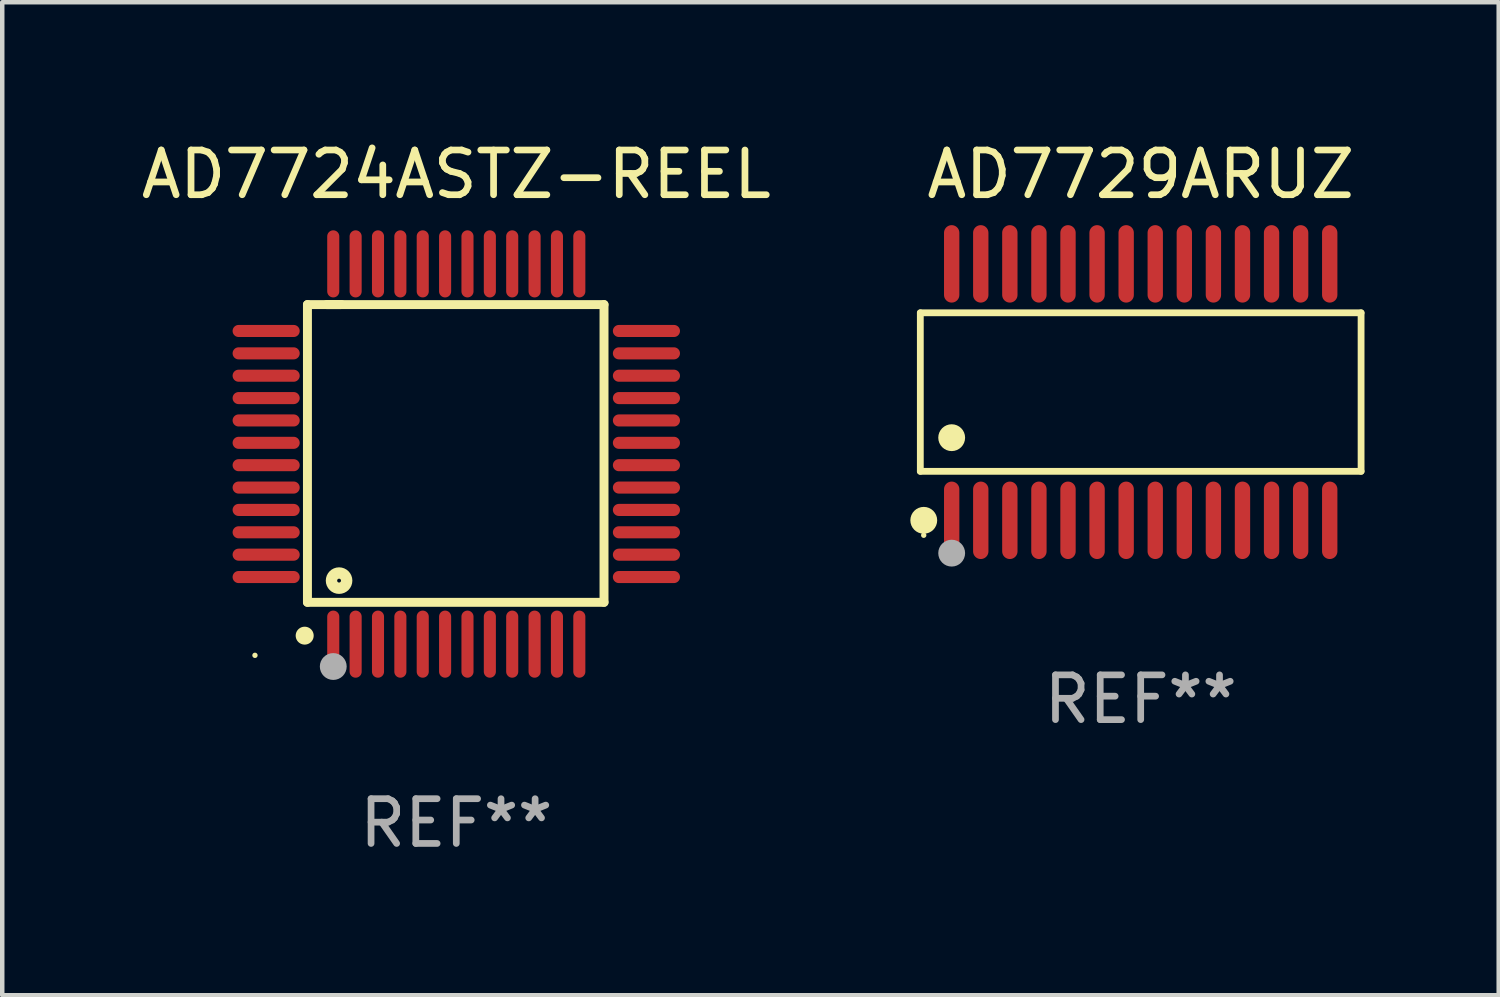
<source format=kicad_pcb>
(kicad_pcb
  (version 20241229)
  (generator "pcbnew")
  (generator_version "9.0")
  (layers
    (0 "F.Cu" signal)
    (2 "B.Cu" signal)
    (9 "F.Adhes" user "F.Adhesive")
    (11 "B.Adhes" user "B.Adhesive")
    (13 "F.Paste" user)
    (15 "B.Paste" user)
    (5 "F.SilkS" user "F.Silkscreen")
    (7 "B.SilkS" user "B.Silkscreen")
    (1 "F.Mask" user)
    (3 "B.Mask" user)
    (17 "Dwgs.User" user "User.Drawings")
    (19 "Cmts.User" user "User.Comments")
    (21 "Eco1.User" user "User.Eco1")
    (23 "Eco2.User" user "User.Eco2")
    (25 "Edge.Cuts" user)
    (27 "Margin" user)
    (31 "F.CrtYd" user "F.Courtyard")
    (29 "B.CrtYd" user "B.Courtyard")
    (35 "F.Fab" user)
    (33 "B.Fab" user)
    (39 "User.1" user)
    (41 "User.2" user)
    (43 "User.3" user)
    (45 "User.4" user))
  (footprint "AD7724ASTZ-REEL"
    (layer "F.Cu")
    (at 7.149 7.098)
    (property "Reference" "AD7724ASTZ-REEL" (at 0 -6.25 0) (layer "F.SilkS") (effects (font (size 1 1) (thickness 0.15))))
    (attr through_hole)
    (fp_line (start -3.327 -3.34) (end -2.565 -3.34) (stroke (width 0.2) (type solid)) (layer "F.SilkS"))
    (fp_line (start -3.327 3.315) (end -3.327 -3.34) (stroke (width 0.2) (type solid)) (layer "F.SilkS"))
    (fp_line (start -2.896 -3.34) (end 3.302 -3.34) (stroke (width 0.2) (type solid)) (layer "F.SilkS"))
    (fp_line (start 3.302 -3.34) (end 3.302 3.315) (stroke (width 0.2) (type solid)) (layer "F.SilkS"))
    (fp_line (start 3.302 3.315) (end -3.327 3.315) (stroke (width 0.2) (type solid)) (layer "F.SilkS"))
    (fp_arc (start -3.389992 4.059995) (mid -3.388722 4.059991) (end -3.387452 4.059995) (stroke (width 0.4) (type solid)) (layer "F.SilkS"))
    (fp_circle (center -4.5 4.5) (end -4.47 4.5) (stroke (width 0.06) (type solid)) (fill no) (layer "F.SilkS"))
    (fp_circle (center -2.62 2.83) (end -2.45 2.83) (stroke (width 0.254) (type solid)) (fill no) (layer "F.SilkS"))
    (fp_circle (center -2.75 4.75) (end -2.6 4.75) (stroke (width 0.3) (type solid)) (fill no) (layer "F.Fab"))
    (fp_text user "REF**" (at 0 8.25 0) (layer "F.Fab") (effects (font (size 1 1) (thickness 0.15))))
    (pad "1" smd oval (at -2.75 4.25) (size 0.27 1.5) (layers "F.Cu" "F.Mask" "F.Paste"))
    (pad "2" smd oval (at -2.25 4.25) (size 0.27 1.5) (layers "F.Cu" "F.Mask" "F.Paste"))
    (pad "3" smd oval (at -1.75 4.25) (size 0.27 1.5) (layers "F.Cu" "F.Mask" "F.Paste"))
    (pad "4" smd oval (at -1.25 4.25) (size 0.27 1.5) (layers "F.Cu" "F.Mask" "F.Paste"))
    (pad "5" smd oval (at -0.75 4.25) (size 0.27 1.5) (layers "F.Cu" "F.Mask" "F.Paste"))
    (pad "6" smd oval (at -0.25 4.25) (size 0.27 1.5) (layers "F.Cu" "F.Mask" "F.Paste"))
    (pad "7" smd oval (at 0.25 4.25) (size 0.27 1.5) (layers "F.Cu" "F.Mask" "F.Paste"))
    (pad "8" smd oval (at 0.75 4.25) (size 0.27 1.5) (layers "F.Cu" "F.Mask" "F.Paste"))
    (pad "9" smd oval (at 1.25 4.25) (size 0.27 1.5) (layers "F.Cu" "F.Mask" "F.Paste"))
    (pad "10" smd oval (at 1.75 4.25) (size 0.27 1.5) (layers "F.Cu" "F.Mask" "F.Paste"))
    (pad "11" smd oval (at 2.25 4.25) (size 0.27 1.5) (layers "F.Cu" "F.Mask" "F.Paste"))
    (pad "12" smd oval (at 2.75 4.25) (size 0.27 1.5) (layers "F.Cu" "F.Mask" "F.Paste"))
    (pad "13" smd oval (at 4.25 2.75) (size 1.5 0.27) (layers "F.Cu" "F.Mask" "F.Paste"))
    (pad "14" smd oval (at 4.25 2.25) (size 1.5 0.27) (layers "F.Cu" "F.Mask" "F.Paste"))
    (pad "15" smd oval (at 4.25 1.75) (size 1.5 0.27) (layers "F.Cu" "F.Mask" "F.Paste"))
    (pad "16" smd oval (at 4.25 1.25) (size 1.5 0.27) (layers "F.Cu" "F.Mask" "F.Paste"))
    (pad "17" smd oval (at 4.25 0.75) (size 1.5 0.27) (layers "F.Cu" "F.Mask" "F.Paste"))
    (pad "18" smd oval (at 4.25 0.25) (size 1.5 0.27) (layers "F.Cu" "F.Mask" "F.Paste"))
    (pad "19" smd oval (at 4.25 -0.25) (size 1.5 0.27) (layers "F.Cu" "F.Mask" "F.Paste"))
    (pad "20" smd oval (at 4.25 -0.75) (size 1.5 0.27) (layers "F.Cu" "F.Mask" "F.Paste"))
    (pad "21" smd oval (at 4.25 -1.25) (size 1.5 0.27) (layers "F.Cu" "F.Mask" "F.Paste"))
    (pad "22" smd oval (at 4.25 -1.75) (size 1.5 0.27) (layers "F.Cu" "F.Mask" "F.Paste"))
    (pad "23" smd oval (at 4.25 -2.25) (size 1.5 0.27) (layers "F.Cu" "F.Mask" "F.Paste"))
    (pad "24" smd oval (at 4.25 -2.75) (size 1.5 0.27) (layers "F.Cu" "F.Mask" "F.Paste"))
    (pad "25" smd oval (at 2.75 -4.25) (size 0.27 1.5) (layers "F.Cu" "F.Mask" "F.Paste"))
    (pad "26" smd oval (at 2.25 -4.25) (size 0.27 1.5) (layers "F.Cu" "F.Mask" "F.Paste"))
    (pad "27" smd oval (at 1.75 -4.25) (size 0.27 1.5) (layers "F.Cu" "F.Mask" "F.Paste"))
    (pad "28" smd oval (at 1.25 -4.25) (size 0.27 1.5) (layers "F.Cu" "F.Mask" "F.Paste"))
    (pad "29" smd oval (at 0.75 -4.25) (size 0.27 1.5) (layers "F.Cu" "F.Mask" "F.Paste"))
    (pad "30" smd oval (at 0.25 -4.25) (size 0.27 1.5) (layers "F.Cu" "F.Mask" "F.Paste"))
    (pad "31" smd oval (at -0.25 -4.25) (size 0.27 1.5) (layers "F.Cu" "F.Mask" "F.Paste"))
    (pad "32" smd oval (at -0.75 -4.25) (size 0.27 1.5) (layers "F.Cu" "F.Mask" "F.Paste"))
    (pad "33" smd oval (at -1.25 -4.25) (size 0.27 1.5) (layers "F.Cu" "F.Mask" "F.Paste"))
    (pad "34" smd oval (at -1.75 -4.25) (size 0.27 1.5) (layers "F.Cu" "F.Mask" "F.Paste"))
    (pad "35" smd oval (at -2.25 -4.25) (size 0.27 1.5) (layers "F.Cu" "F.Mask" "F.Paste"))
    (pad "36" smd oval (at -2.75 -4.25) (size 0.27 1.5) (layers "F.Cu" "F.Mask" "F.Paste"))
    (pad "37" smd oval (at -4.25 -2.75) (size 1.5 0.27) (layers "F.Cu" "F.Mask" "F.Paste"))
    (pad "38" smd oval (at -4.25 -2.25) (size 1.5 0.27) (layers "F.Cu" "F.Mask" "F.Paste"))
    (pad "39" smd oval (at -4.25 -1.75) (size 1.5 0.27) (layers "F.Cu" "F.Mask" "F.Paste"))
    (pad "40" smd oval (at -4.25 -1.25) (size 1.5 0.27) (layers "F.Cu" "F.Mask" "F.Paste"))
    (pad "41" smd oval (at -4.25 -0.75) (size 1.5 0.27) (layers "F.Cu" "F.Mask" "F.Paste"))
    (pad "42" smd oval (at -4.25 -0.25) (size 1.5 0.27) (layers "F.Cu" "F.Mask" "F.Paste"))
    (pad "43" smd oval (at -4.25 0.25) (size 1.5 0.27) (layers "F.Cu" "F.Mask" "F.Paste"))
    (pad "44" smd oval (at -4.25 0.75) (size 1.5 0.27) (layers "F.Cu" "F.Mask" "F.Paste"))
    (pad "45" smd oval (at -4.25 1.25) (size 1.5 0.27) (layers "F.Cu" "F.Mask" "F.Paste"))
    (pad "46" smd oval (at -4.25 1.75) (size 1.5 0.27) (layers "F.Cu" "F.Mask" "F.Paste"))
    (pad "47" smd oval (at -4.25 2.25) (size 1.5 0.27) (layers "F.Cu" "F.Mask" "F.Paste"))
    (pad "48" smd oval (at -4.25 2.75) (size 1.5 0.27) (layers "F.Cu" "F.Mask" "F.Paste")))
  (footprint "AD7729ARUZ"
    (layer "F.Cu")
    (at 22.447 5.714)
    (property "Reference" "AD7729ARUZ" (at 0 -4.866 0) (layer "F.SilkS") (effects (font (size 1 1) (thickness 0.15))))
    (attr through_hole)
    (fp_line (start -4.926 -1.772) (end 4.926 -1.772) (stroke (width 0.152) (type solid)) (layer "F.SilkS"))
    (fp_line (start -4.926 1.771) (end -4.926 -1.772) (stroke (width 0.152) (type solid)) (layer "F.SilkS"))
    (fp_line (start 4.926 -1.772) (end 4.926 1.771) (stroke (width 0.152) (type solid)) (layer "F.SilkS"))
    (fp_line (start 4.926 1.771) (end -4.926 1.771) (stroke (width 0.152) (type solid)) (layer "F.SilkS"))
    (fp_circle (center -4.85 3.2) (end -4.82 3.2) (stroke (width 0.06) (type solid)) (fill no) (layer "F.SilkS"))
    (fp_circle (center -4.849 2.866) (end -4.699 2.866) (stroke (width 0.3) (type solid)) (fill no) (layer "F.SilkS"))
    (fp_circle (center -4.225 1.019) (end -4.075 1.019) (stroke (width 0.3) (type solid)) (fill no) (layer "F.SilkS"))
    (fp_circle (center -4.225 3.6) (end -4.075 3.6) (stroke (width 0.3) (type solid)) (fill no) (layer "F.Fab"))
    (fp_text user "REF**" (at 0 6.866 0) (layer "F.Fab") (effects (font (size 1 1) (thickness 0.15))))
    (pad "1" smd oval (at -4.225 2.866) (size 0.343 1.731) (layers "F.Cu" "F.Mask" "F.Paste"))
    (pad "2" smd oval (at -3.575 2.866) (size 0.343 1.731) (layers "F.Cu" "F.Mask" "F.Paste"))
    (pad "3" smd oval (at -2.925 2.866) (size 0.343 1.731) (layers "F.Cu" "F.Mask" "F.Paste"))
    (pad "4" smd oval (at -2.275 2.866) (size 0.343 1.731) (layers "F.Cu" "F.Mask" "F.Paste"))
    (pad "5" smd oval (at -1.625 2.866) (size 0.343 1.731) (layers "F.Cu" "F.Mask" "F.Paste"))
    (pad "6" smd oval (at -0.975 2.866) (size 0.343 1.731) (layers "F.Cu" "F.Mask" "F.Paste"))
    (pad "7" smd oval (at -0.325 2.866) (size 0.343 1.731) (layers "F.Cu" "F.Mask" "F.Paste"))
    (pad "8" smd oval (at 0.325 2.866) (size 0.343 1.731) (layers "F.Cu" "F.Mask" "F.Paste"))
    (pad "9" smd oval (at 0.975 2.866) (size 0.343 1.731) (layers "F.Cu" "F.Mask" "F.Paste"))
    (pad "10" smd oval (at 1.625 2.866) (size 0.343 1.731) (layers "F.Cu" "F.Mask" "F.Paste"))
    (pad "11" smd oval (at 2.275 2.866) (size 0.343 1.731) (layers "F.Cu" "F.Mask" "F.Paste"))
    (pad "12" smd oval (at 2.925 2.866) (size 0.343 1.731) (layers "F.Cu" "F.Mask" "F.Paste"))
    (pad "13" smd oval (at 3.575 2.866) (size 0.343 1.731) (layers "F.Cu" "F.Mask" "F.Paste"))
    (pad "14" smd oval (at 4.225 2.866) (size 0.343 1.731) (layers "F.Cu" "F.Mask" "F.Paste"))
    (pad "15" smd oval (at 4.225 -2.866) (size 0.343 1.731) (layers "F.Cu" "F.Mask" "F.Paste"))
    (pad "16" smd oval (at 3.575 -2.866) (size 0.343 1.731) (layers "F.Cu" "F.Mask" "F.Paste"))
    (pad "17" smd oval (at 2.925 -2.866) (size 0.343 1.731) (layers "F.Cu" "F.Mask" "F.Paste"))
    (pad "18" smd oval (at 2.275 -2.866) (size 0.343 1.731) (layers "F.Cu" "F.Mask" "F.Paste"))
    (pad "19" smd oval (at 1.625 -2.866) (size 0.343 1.731) (layers "F.Cu" "F.Mask" "F.Paste"))
    (pad "20" smd oval (at 0.975 -2.866) (size 0.343 1.731) (layers "F.Cu" "F.Mask" "F.Paste"))
    (pad "21" smd oval (at 0.325 -2.866) (size 0.343 1.731) (layers "F.Cu" "F.Mask" "F.Paste"))
    (pad "22" smd oval (at -0.325 -2.866) (size 0.343 1.731) (layers "F.Cu" "F.Mask" "F.Paste"))
    (pad "23" smd oval (at -0.975 -2.866) (size 0.343 1.731) (layers "F.Cu" "F.Mask" "F.Paste"))
    (pad "24" smd oval (at -1.625 -2.866) (size 0.343 1.731) (layers "F.Cu" "F.Mask" "F.Paste"))
    (pad "25" smd oval (at -2.275 -2.866) (size 0.343 1.731) (layers "F.Cu" "F.Mask" "F.Paste"))
    (pad "26" smd oval (at -2.925 -2.866) (size 0.343 1.731) (layers "F.Cu" "F.Mask" "F.Paste"))
    (pad "27" smd oval (at -3.575 -2.866) (size 0.343 1.731) (layers "F.Cu" "F.Mask" "F.Paste"))
    (pad "28" smd oval (at -4.225 -2.866) (size 0.343 1.731) (layers "F.Cu" "F.Mask" "F.Paste")))
  (gr_rect
    (start -3 -3)
    (end 30.449 19.196)
    (stroke (width 0.1) (type default))
    (fill no)
    (layer "Edge.Cuts")))
</source>
